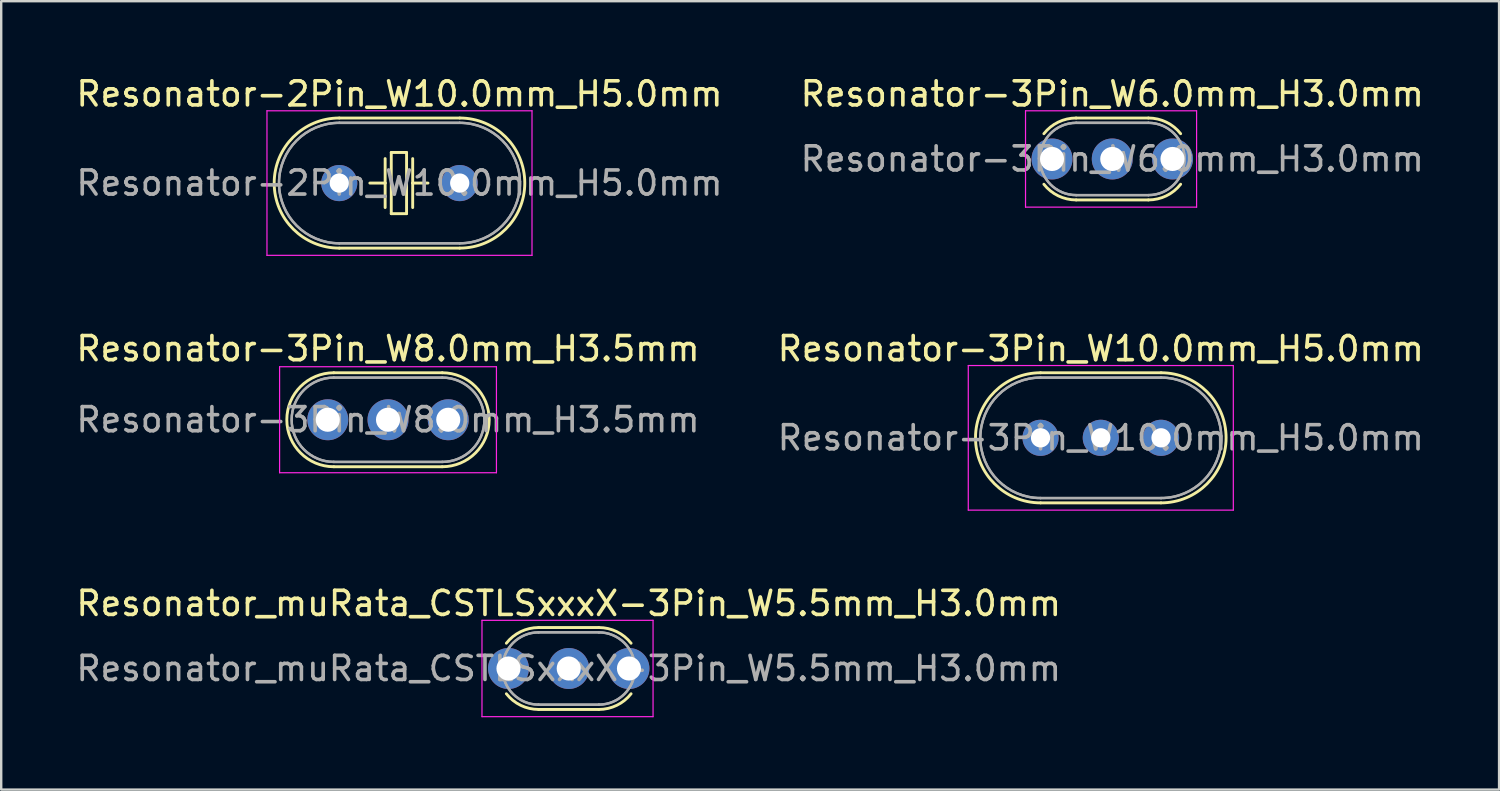
<source format=kicad_pcb>
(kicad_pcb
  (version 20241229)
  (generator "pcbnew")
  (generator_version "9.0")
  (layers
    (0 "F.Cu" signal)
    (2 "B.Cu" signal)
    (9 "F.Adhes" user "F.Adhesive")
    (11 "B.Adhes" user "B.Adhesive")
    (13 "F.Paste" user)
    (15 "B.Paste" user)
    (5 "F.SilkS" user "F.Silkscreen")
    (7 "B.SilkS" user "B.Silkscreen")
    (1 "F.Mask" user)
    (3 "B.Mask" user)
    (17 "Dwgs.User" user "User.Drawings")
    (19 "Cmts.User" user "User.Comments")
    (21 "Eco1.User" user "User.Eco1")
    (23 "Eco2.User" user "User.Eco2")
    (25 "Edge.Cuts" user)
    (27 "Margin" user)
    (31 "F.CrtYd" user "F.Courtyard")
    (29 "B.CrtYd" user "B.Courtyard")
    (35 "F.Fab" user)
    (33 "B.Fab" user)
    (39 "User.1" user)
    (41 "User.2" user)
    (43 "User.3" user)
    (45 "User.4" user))
  (footprint "Resonator_muRata_CSTLSxxxX-3Pin_W5.5mm_H3.0mm"
    (layer "F.Cu")
    (at 18.054 24.695)
    (property "Reference" "Resonator_muRata_CSTLSxxxX-3Pin_W5.5mm_H3.0mm" (at 2.5 -2.7 0) (layer "F.SilkS") (effects (font (size 1 1) (thickness 0.15))))
    (attr through_hole)
    (fp_line (start 1.25 -1.7) (end 3.75 -1.7) (stroke (width 0.12) (type solid)) (layer "F.SilkS"))
    (fp_line (start 1.25 1.7) (end 3.75 1.7) (stroke (width 0.12) (type solid)) (layer "F.SilkS"))
    (fp_arc (start -0.08779 -1.048961) (mid 0.506102 -1.5286) (end 1.25 -1.7) (stroke (width 0.12) (type solid)) (layer "F.SilkS"))
    (fp_arc (start 1.25 1.7) (mid 0.506103 1.5286) (end -0.08779 1.048961) (stroke (width 0.12) (type solid)) (layer "F.SilkS"))
    (fp_arc (start 3.75 -1.7) (mid 4.493897 -1.5286) (end 5.08779 -1.048961) (stroke (width 0.12) (type solid)) (layer "F.SilkS"))
    (fp_arc (start 5.08779 1.048961) (mid 4.493898 1.5286) (end 3.75 1.7) (stroke (width 0.12) (type solid)) (layer "F.SilkS"))
    (fp_line (start -1.1 -2) (end -1.1 2) (stroke (width 0.05) (type solid)) (layer "F.CrtYd"))
    (fp_line (start -1.1 2) (end 6 2) (stroke (width 0.05) (type solid)) (layer "F.CrtYd"))
    (fp_line (start 6 -2) (end -1.1 -2) (stroke (width 0.05) (type solid)) (layer "F.CrtYd"))
    (fp_line (start 6 2) (end 6 -2) (stroke (width 0.05) (type solid)) (layer "F.CrtYd"))
    (fp_line (start 1.25 -1.5) (end 3.75 -1.5) (stroke (width 0.1) (type solid)) (layer "F.Fab"))
    (fp_line (start 1.25 -1.5) (end 3.75 -1.5) (stroke (width 0.1) (type solid)) (layer "F.Fab"))
    (fp_line (start 1.25 1.5) (end 3.75 1.5) (stroke (width 0.1) (type solid)) (layer "F.Fab"))
    (fp_line (start 1.25 1.5) (end 3.75 1.5) (stroke (width 0.1) (type solid)) (layer "F.Fab"))
    (fp_arc (start 1.25 1.5) (mid -0.25 0) (end 1.25 -1.5) (stroke (width 0.1) (type solid)) (layer "F.Fab"))
    (fp_arc (start 1.25 1.5) (mid -0.25 0) (end 1.25 -1.5) (stroke (width 0.1) (type solid)) (layer "F.Fab"))
    (fp_arc (start 3.75 -1.5) (mid 5.25 0) (end 3.75 1.5) (stroke (width 0.1) (type solid)) (layer "F.Fab"))
    (fp_arc (start 3.75 -1.5) (mid 5.25 0) (end 3.75 1.5) (stroke (width 0.1) (type solid)) (layer "F.Fab"))
    (fp_text user "${REFERENCE}" (at 2.5 0 0) (layer "F.Fab") (effects (font (size 1 1) (thickness 0.15))))
    (pad "1" thru_hole circle (at 0 0) (size 1.7 1.7) (drill 1) (layers "*.Cu" "*.Mask"))
    (pad "2" thru_hole circle (at 2.5 0) (size 1.7 1.7) (drill 1) (layers "*.Cu" "*.Mask"))
    (pad "3" thru_hole circle (at 5 0) (size 1.7 1.7) (drill 1) (layers "*.Cu" "*.Mask")))
  (footprint "Resonator-2Pin_W10.0mm_H5.0mm"
    (layer "F.Cu")
    (at 11.03 4.548)
    (property "Reference" "Resonator-2Pin_W10.0mm_H5.0mm" (at 2.5 -3.7 0) (layer "F.SilkS") (effects (font (size 1 1) (thickness 0.15))))
    (attr through_hole)
    (fp_line (start 0 -2.7) (end 5 -2.7) (stroke (width 0.12) (type solid)) (layer "F.SilkS"))
    (fp_line (start 0 2.7) (end 5 2.7) (stroke (width 0.12) (type solid)) (layer "F.SilkS"))
    (fp_line (start 1.27 0) (end 1.905 0) (stroke (width 0.12) (type solid)) (layer "F.SilkS"))
    (fp_line (start 1.905 0) (end 1.905 -1.016) (stroke (width 0.12) (type solid)) (layer "F.SilkS"))
    (fp_line (start 1.905 0) (end 1.905 1.016) (stroke (width 0.12) (type solid)) (layer "F.SilkS"))
    (fp_line (start 2.159 -1.27) (end 2.159 1.27) (stroke (width 0.12) (type solid)) (layer "F.SilkS"))
    (fp_line (start 2.159 1.27) (end 2.794 1.27) (stroke (width 0.12) (type solid)) (layer "F.SilkS"))
    (fp_line (start 2.794 -1.27) (end 2.159 -1.27) (stroke (width 0.12) (type solid)) (layer "F.SilkS"))
    (fp_line (start 2.794 1.27) (end 2.794 -1.27) (stroke (width 0.12) (type solid)) (layer "F.SilkS"))
    (fp_line (start 3.048 0) (end 3.048 -1.016) (stroke (width 0.12) (type solid)) (layer "F.SilkS"))
    (fp_line (start 3.048 0) (end 3.048 1.016) (stroke (width 0.12) (type solid)) (layer "F.SilkS"))
    (fp_line (start 3.683 0) (end 3.048 0) (stroke (width 0.12) (type solid)) (layer "F.SilkS"))
    (fp_arc (start 0 2.7) (mid -2.7 0) (end 0 -2.7) (stroke (width 0.12) (type solid)) (layer "F.SilkS"))
    (fp_arc (start 5 -2.7) (mid 7.7 0) (end 5 2.7) (stroke (width 0.12) (type solid)) (layer "F.SilkS"))
    (fp_line (start -3 -3) (end -3 3) (stroke (width 0.05) (type solid)) (layer "F.CrtYd"))
    (fp_line (start -3 3) (end 8 3) (stroke (width 0.05) (type solid)) (layer "F.CrtYd"))
    (fp_line (start 8 -3) (end -3 -3) (stroke (width 0.05) (type solid)) (layer "F.CrtYd"))
    (fp_line (start 8 3) (end 8 -3) (stroke (width 0.05) (type solid)) (layer "F.CrtYd"))
    (fp_line (start 0 -2.5) (end 5 -2.5) (stroke (width 0.1) (type solid)) (layer "F.Fab"))
    (fp_line (start 0 -2.5) (end 5 -2.5) (stroke (width 0.1) (type solid)) (layer "F.Fab"))
    (fp_line (start 0 2.5) (end 5 2.5) (stroke (width 0.1) (type solid)) (layer "F.Fab"))
    (fp_line (start 0 2.5) (end 5 2.5) (stroke (width 0.1) (type solid)) (layer "F.Fab"))
    (fp_arc (start 0 2.5) (mid -2.5 0) (end 0 -2.5) (stroke (width 0.1) (type solid)) (layer "F.Fab"))
    (fp_arc (start 0 2.5) (mid -2.5 0) (end 0 -2.5) (stroke (width 0.1) (type solid)) (layer "F.Fab"))
    (fp_arc (start 5 -2.5) (mid 7.5 0) (end 5 2.5) (stroke (width 0.1) (type solid)) (layer "F.Fab"))
    (fp_arc (start 5 -2.5) (mid 7.5 0) (end 5 2.5) (stroke (width 0.1) (type solid)) (layer "F.Fab"))
    (fp_text user "${REFERENCE}" (at 2.5 0 0) (layer "F.Fab") (effects (font (size 1 1) (thickness 0.15))))
    (pad "1" thru_hole circle (at 0 0) (size 1.5 1.5) (drill 0.8) (layers "*.Cu" "*.Mask"))
    (pad "2" thru_hole circle (at 5 0) (size 1.5 1.5) (drill 0.8) (layers "*.Cu" "*.Mask")))
  (footprint "Resonator-3Pin_W8.0mm_H3.5mm"
    (layer "F.Cu")
    (at 10.554 14.371)
    (property "Reference" "Resonator-3Pin_W8.0mm_H3.5mm" (at 2.5 -2.95 0) (layer "F.SilkS") (effects (font (size 1 1) (thickness 0.15))))
    (attr through_hole)
    (fp_line (start 0.25 -1.95) (end 4.75 -1.95) (stroke (width 0.12) (type solid)) (layer "F.SilkS"))
    (fp_line (start 0.25 1.95) (end 4.75 1.95) (stroke (width 0.12) (type solid)) (layer "F.SilkS"))
    (fp_arc (start 0.25 1.95) (mid -1.7 0) (end 0.25 -1.95) (stroke (width 0.12) (type solid)) (layer "F.SilkS"))
    (fp_arc (start 4.75 -1.95) (mid 6.7 0) (end 4.75 1.95) (stroke (width 0.12) (type solid)) (layer "F.SilkS"))
    (fp_line (start -2 -2.2) (end -2 2.2) (stroke (width 0.05) (type solid)) (layer "F.CrtYd"))
    (fp_line (start -2 2.2) (end 7 2.2) (stroke (width 0.05) (type solid)) (layer "F.CrtYd"))
    (fp_line (start 7 -2.2) (end -2 -2.2) (stroke (width 0.05) (type solid)) (layer "F.CrtYd"))
    (fp_line (start 7 2.2) (end 7 -2.2) (stroke (width 0.05) (type solid)) (layer "F.CrtYd"))
    (fp_line (start 0.25 -1.75) (end 4.75 -1.75) (stroke (width 0.1) (type solid)) (layer "F.Fab"))
    (fp_line (start 0.25 -1.75) (end 4.75 -1.75) (stroke (width 0.1) (type solid)) (layer "F.Fab"))
    (fp_line (start 0.25 1.75) (end 4.75 1.75) (stroke (width 0.1) (type solid)) (layer "F.Fab"))
    (fp_line (start 0.25 1.75) (end 4.75 1.75) (stroke (width 0.1) (type solid)) (layer "F.Fab"))
    (fp_arc (start 0.25 1.75) (mid -1.5 0) (end 0.25 -1.75) (stroke (width 0.1) (type solid)) (layer "F.Fab"))
    (fp_arc (start 0.25 1.75) (mid -1.5 0) (end 0.25 -1.75) (stroke (width 0.1) (type solid)) (layer "F.Fab"))
    (fp_arc (start 4.75 -1.75) (mid 6.5 0) (end 4.75 1.75) (stroke (width 0.1) (type solid)) (layer "F.Fab"))
    (fp_arc (start 4.75 -1.75) (mid 6.5 0) (end 4.75 1.75) (stroke (width 0.1) (type solid)) (layer "F.Fab"))
    (fp_text user "${REFERENCE}" (at 2.5 0 0) (layer "F.Fab") (effects (font (size 1 1) (thickness 0.15))))
    (pad "1" thru_hole circle (at 0 0) (size 1.7 1.7) (drill 1) (layers "*.Cu" "*.Mask"))
    (pad "2" thru_hole circle (at 2.5 0) (size 1.7 1.7) (drill 1) (layers "*.Cu" "*.Mask"))
    (pad "3" thru_hole circle (at 5 0) (size 1.7 1.7) (drill 1) (layers "*.Cu" "*.Mask")))
  (footprint "Resonator-3Pin_W6.0mm_H3.0mm"
    (layer "F.Cu")
    (at 40.613 3.548)
    (property "Reference" "Resonator-3Pin_W6.0mm_H3.0mm" (at 2.5 -2.7 0) (layer "F.SilkS") (effects (font (size 1 1) (thickness 0.15))))
    (attr through_hole)
    (fp_line (start 1 -1.7) (end 4 -1.7) (stroke (width 0.12) (type solid)) (layer "F.SilkS"))
    (fp_line (start 1 1.7) (end 4 1.7) (stroke (width 0.12) (type solid)) (layer "F.SilkS"))
    (fp_arc (start -0.33779 -1.048961) (mid 0.256102 -1.5286) (end 1 -1.7) (stroke (width 0.12) (type solid)) (layer "F.SilkS"))
    (fp_arc (start 1 1.7) (mid 0.256103 1.5286) (end -0.33779 1.048961) (stroke (width 0.12) (type solid)) (layer "F.SilkS"))
    (fp_arc (start 4 -1.7) (mid 4.743897 -1.5286) (end 5.33779 -1.048961) (stroke (width 0.12) (type solid)) (layer "F.SilkS"))
    (fp_arc (start 5.33779 1.048961) (mid 4.743898 1.5286) (end 4 1.7) (stroke (width 0.12) (type solid)) (layer "F.SilkS"))
    (fp_line (start -1.1 -2) (end -1.1 2) (stroke (width 0.05) (type solid)) (layer "F.CrtYd"))
    (fp_line (start -1.1 2) (end 6 2) (stroke (width 0.05) (type solid)) (layer "F.CrtYd"))
    (fp_line (start 6 -2) (end -1.1 -2) (stroke (width 0.05) (type solid)) (layer "F.CrtYd"))
    (fp_line (start 6 2) (end 6 -2) (stroke (width 0.05) (type solid)) (layer "F.CrtYd"))
    (fp_line (start 1 -1.5) (end 4 -1.5) (stroke (width 0.1) (type solid)) (layer "F.Fab"))
    (fp_line (start 1 -1.5) (end 4 -1.5) (stroke (width 0.1) (type solid)) (layer "F.Fab"))
    (fp_line (start 1 1.5) (end 4 1.5) (stroke (width 0.1) (type solid)) (layer "F.Fab"))
    (fp_line (start 1 1.5) (end 4 1.5) (stroke (width 0.1) (type solid)) (layer "F.Fab"))
    (fp_arc (start 1 1.5) (mid -0.5 0) (end 1 -1.5) (stroke (width 0.1) (type solid)) (layer "F.Fab"))
    (fp_arc (start 1 1.5) (mid -0.5 0) (end 1 -1.5) (stroke (width 0.1) (type solid)) (layer "F.Fab"))
    (fp_arc (start 4 -1.5) (mid 5.5 0) (end 4 1.5) (stroke (width 0.1) (type solid)) (layer "F.Fab"))
    (fp_arc (start 4 -1.5) (mid 5.5 0) (end 4 1.5) (stroke (width 0.1) (type solid)) (layer "F.Fab"))
    (fp_text user "${REFERENCE}" (at 2.5 0 0) (layer "F.Fab") (effects (font (size 1 1) (thickness 0.15))))
    (pad "1" thru_hole circle (at 0 0) (size 1.7 1.7) (drill 1) (layers "*.Cu" "*.Mask"))
    (pad "2" thru_hole circle (at 2.5 0) (size 1.7 1.7) (drill 1) (layers "*.Cu" "*.Mask"))
    (pad "3" thru_hole circle (at 5 0) (size 1.7 1.7) (drill 1) (layers "*.Cu" "*.Mask")))
  (footprint "Resonator-3Pin_W10.0mm_H5.0mm"
    (layer "F.Cu")
    (at 40.137 15.121)
    (property "Reference" "Resonator-3Pin_W10.0mm_H5.0mm" (at 2.5 -3.7 0) (layer "F.SilkS") (effects (font (size 1 1) (thickness 0.15))))
    (attr through_hole)
    (fp_line (start 0 -2.7) (end 5 -2.7) (stroke (width 0.12) (type solid)) (layer "F.SilkS"))
    (fp_line (start 0 2.7) (end 5 2.7) (stroke (width 0.12) (type solid)) (layer "F.SilkS"))
    (fp_arc (start 0 2.7) (mid -2.7 0) (end 0 -2.7) (stroke (width 0.12) (type solid)) (layer "F.SilkS"))
    (fp_arc (start 5 -2.7) (mid 7.7 0) (end 5 2.7) (stroke (width 0.12) (type solid)) (layer "F.SilkS"))
    (fp_line (start -3 -3) (end -3 3) (stroke (width 0.05) (type solid)) (layer "F.CrtYd"))
    (fp_line (start -3 3) (end 8 3) (stroke (width 0.05) (type solid)) (layer "F.CrtYd"))
    (fp_line (start 8 -3) (end -3 -3) (stroke (width 0.05) (type solid)) (layer "F.CrtYd"))
    (fp_line (start 8 3) (end 8 -3) (stroke (width 0.05) (type solid)) (layer "F.CrtYd"))
    (fp_line (start 0 -2.5) (end 5 -2.5) (stroke (width 0.1) (type solid)) (layer "F.Fab"))
    (fp_line (start 0 -2.5) (end 5 -2.5) (stroke (width 0.1) (type solid)) (layer "F.Fab"))
    (fp_line (start 0 2.5) (end 5 2.5) (stroke (width 0.1) (type solid)) (layer "F.Fab"))
    (fp_line (start 0 2.5) (end 5 2.5) (stroke (width 0.1) (type solid)) (layer "F.Fab"))
    (fp_arc (start 0 2.5) (mid -2.5 0) (end 0 -2.5) (stroke (width 0.1) (type solid)) (layer "F.Fab"))
    (fp_arc (start 0 2.5) (mid -2.5 0) (end 0 -2.5) (stroke (width 0.1) (type solid)) (layer "F.Fab"))
    (fp_arc (start 5 -2.5) (mid 7.5 0) (end 5 2.5) (stroke (width 0.1) (type solid)) (layer "F.Fab"))
    (fp_arc (start 5 -2.5) (mid 7.5 0) (end 5 2.5) (stroke (width 0.1) (type solid)) (layer "F.Fab"))
    (fp_text user "${REFERENCE}" (at 2.5 0 0) (layer "F.Fab") (effects (font (size 1 1) (thickness 0.15))))
    (pad "1" thru_hole circle (at 0 0) (size 1.5 1.5) (drill 0.8) (layers "*.Cu" "*.Mask"))
    (pad "2" thru_hole circle (at 2.5 0) (size 1.5 1.5) (drill 0.8) (layers "*.Cu" "*.Mask"))
    (pad "3" thru_hole circle (at 5 0) (size 1.5 1.5) (drill 0.8) (layers "*.Cu" "*.Mask")))
  (gr_rect
    (start -3 -3)
    (end 59.167 29.72)
    (stroke (width 0.1) (type default))
    (fill no)
    (layer "Edge.Cuts")))
</source>
